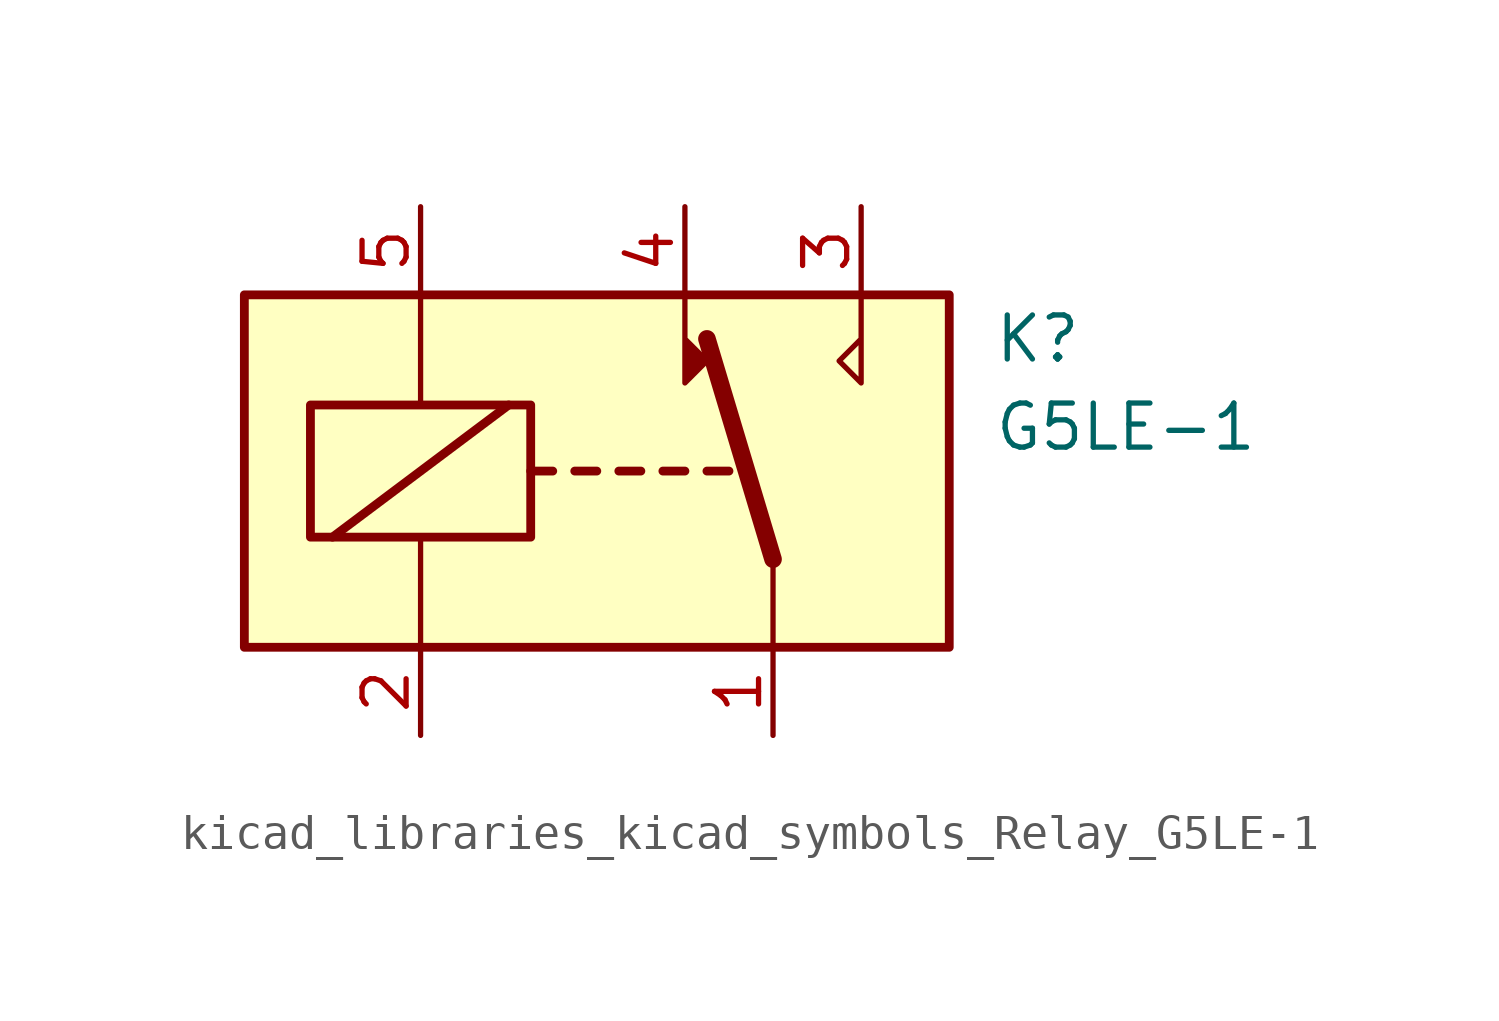
<source format=kicad_sym>
(kicad_symbol_lib
  (version 20220914)
  (generator kicad_symbol_editor)
  (symbol "kicad_libraries_kicad_symbols_Relay_G5LE-1"
    (property "Reference" "K"
      (at 11.43 3.81 0)
      (effects (font (size 1.27 1.27)) (justify left)))
    (property "Value" "G5LE-1"
      (at 11.43 1.27 0)
      (effects (font (size 1.27 1.27)) (justify left)))
    (symbol "kicad_libraries_kicad_symbols_Relay_G5LE-1_0_0"
      (polyline (pts (xy 7.62 5.08) (xy 7.62 2.54) (xy 6.985 3.175) (xy 7.62 3.81)) (stroke (width 0) (type default)) (fill (type none))))
    (symbol "kicad_libraries_kicad_symbols_Relay_G5LE-1_0_1"
      (rectangle (start -10.16 5.08) (end 10.16 -5.08) (stroke (width 0.254) (type default)) (fill (type background)))
      (rectangle (start -8.255 1.905) (end -1.905 -1.905) (stroke (width 0.254) (type default)) (fill (type none)))
      (polyline (pts (xy -7.62 -1.905) (xy -2.54 1.905)) (stroke (width 0.254) (type default)) (fill (type none)))
      (polyline (pts (xy -5.08 -5.08) (xy -5.08 -1.905)) (stroke (width 0) (type default)) (fill (type none)))
      (polyline (pts (xy -5.08 5.08) (xy -5.08 1.905)) (stroke (width 0) (type default)) (fill (type none)))
      (polyline (pts (xy -1.905 0) (xy -1.27 0)) (stroke (width 0.254) (type default)) (fill (type none)))
      (polyline (pts (xy -0.635 0) (xy 0 0)) (stroke (width 0.254) (type default)) (fill (type none)))
      (polyline (pts (xy 0.635 0) (xy 1.27 0)) (stroke (width 0.254) (type default)) (fill (type none)))
      (polyline (pts (xy 1.905 0) (xy 2.54 0)) (stroke (width 0.254) (type default)) (fill (type none)))
      (polyline (pts (xy 3.175 0) (xy 3.81 0)) (stroke (width 0.254) (type default)) (fill (type none)))
      (polyline (pts (xy 5.08 -2.54) (xy 3.175 3.81)) (stroke (width 0.508) (type default)) (fill (type none)))
      (polyline (pts (xy 5.08 -2.54) (xy 5.08 -5.08)) (stroke (width 0) (type default)) (fill (type none)))
      (polyline (pts (xy 2.54 5.08) (xy 2.54 2.54) (xy 3.175 3.175) (xy 2.54 3.81)) (stroke (width 0) (type default)) (fill (type outline))))
    (symbol "kicad_libraries_kicad_symbols_Relay_G5LE-1_1_1"
      (pin passive line (at 5.08 -7.62 90) (length 2.54) (name "~" (effects (font (size 1.27 1.27)))) (number "1" (effects (font (size 1.27 1.27)))))
      (pin passive line (at -5.08 -7.62 90) (length 2.54) (name "~" (effects (font (size 1.27 1.27)))) (number "2" (effects (font (size 1.27 1.27)))))
      (pin passive line (at 7.62 7.62 270) (length 2.54) (name "~" (effects (font (size 1.27 1.27)))) (number "3" (effects (font (size 1.27 1.27)))))
      (pin passive line (at 2.54 7.62 270) (length 2.54) (name "~" (effects (font (size 1.27 1.27)))) (number "4" (effects (font (size 1.27 1.27)))))
      (pin passive line (at -5.08 7.62 270) (length 2.54) (name "~" (effects (font (size 1.27 1.27)))) (number "5" (effects (font (size 1.27 1.27))))))))
</source>
